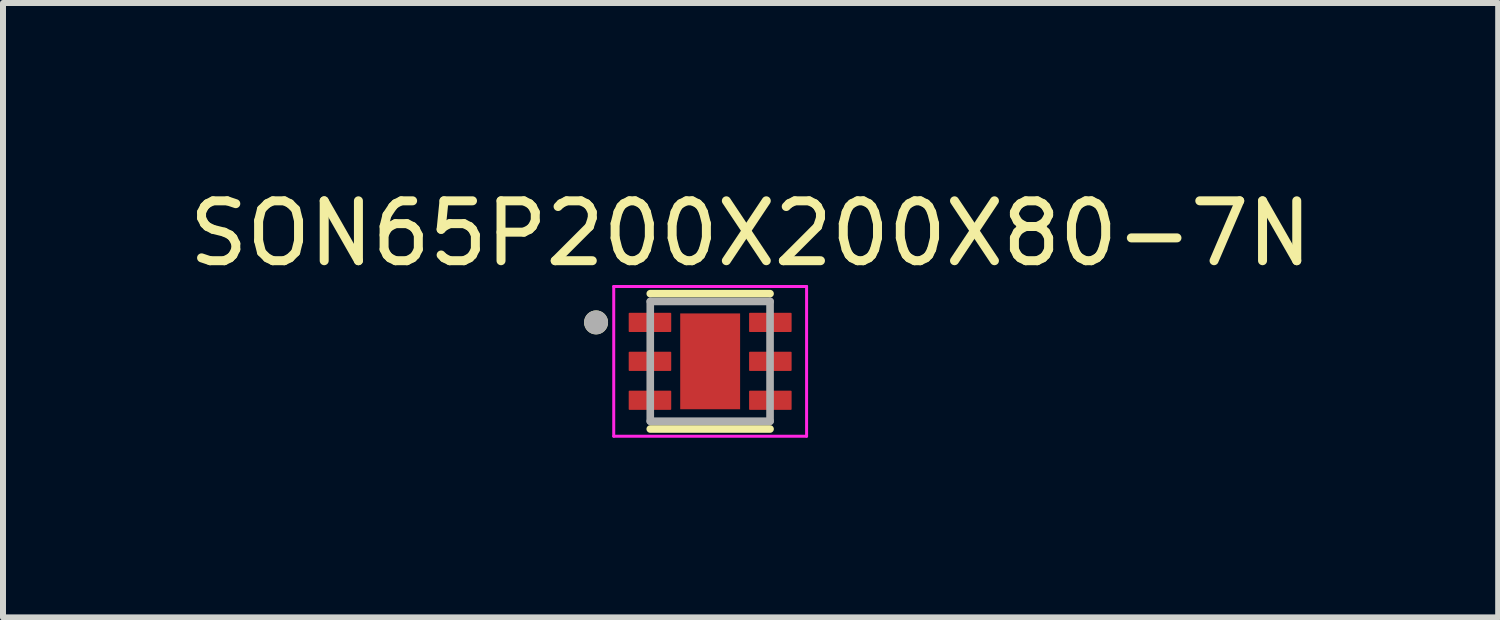
<source format=kicad_pcb>
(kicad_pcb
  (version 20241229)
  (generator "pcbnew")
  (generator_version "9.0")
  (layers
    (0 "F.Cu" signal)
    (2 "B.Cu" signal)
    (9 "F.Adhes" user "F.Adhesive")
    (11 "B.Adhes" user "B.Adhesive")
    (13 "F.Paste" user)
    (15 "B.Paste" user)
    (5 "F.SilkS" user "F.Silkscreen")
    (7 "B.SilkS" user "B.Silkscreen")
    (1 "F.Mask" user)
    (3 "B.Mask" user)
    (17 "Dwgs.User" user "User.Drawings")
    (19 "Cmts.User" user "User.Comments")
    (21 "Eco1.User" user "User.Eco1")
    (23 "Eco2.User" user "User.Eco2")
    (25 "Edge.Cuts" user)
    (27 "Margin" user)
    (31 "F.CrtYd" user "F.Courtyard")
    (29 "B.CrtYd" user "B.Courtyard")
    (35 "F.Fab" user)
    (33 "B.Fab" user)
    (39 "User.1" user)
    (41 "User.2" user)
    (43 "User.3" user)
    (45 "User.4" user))
  (footprint "SON65P200X200X80-7N"
    (layer "F.Cu")
    (at 8.807 2.983)
    (property "Reference" "SON65P200X200X80-7N" (at 0.675 -2.135 0) (layer "F.SilkS") (effects (font (size 1 1) (thickness 0.15))))
    (attr through_hole)
    (fp_line (start -1 -1.13) (end 1 -1.13) (stroke (width 0.127) (type solid)) (layer "F.SilkS"))
    (fp_line (start -1 1.13) (end 1 1.13) (stroke (width 0.127) (type solid)) (layer "F.SilkS"))
    (fp_circle (center -1.905 -0.65) (end -1.805 -0.65) (stroke (width 0.2) (type solid)) (fill no) (layer "F.SilkS"))
    (fp_poly (pts (xy -0.32 -0.51) (xy 0.32 -0.51) (xy 0.32 0.51) (xy -0.32 0.51)) (stroke (width 0.01) (type solid)) (fill yes) (layer "F.Paste"))
    (fp_line (start -1.61 -1.25) (end -1.61 1.25) (stroke (width 0.05) (type solid)) (layer "F.CrtYd"))
    (fp_line (start -1.61 -1.25) (end 1.61 -1.25) (stroke (width 0.05) (type solid)) (layer "F.CrtYd"))
    (fp_line (start -1.61 1.25) (end 1.61 1.25) (stroke (width 0.05) (type solid)) (layer "F.CrtYd"))
    (fp_line (start 1.61 -1.25) (end 1.61 1.25) (stroke (width 0.05) (type solid)) (layer "F.CrtYd"))
    (fp_line (start -1 -1) (end -1 1) (stroke (width 0.127) (type solid)) (layer "F.Fab"))
    (fp_line (start -1 -1) (end 1 -1) (stroke (width 0.127) (type solid)) (layer "F.Fab"))
    (fp_line (start -1 1) (end 1 1) (stroke (width 0.127) (type solid)) (layer "F.Fab"))
    (fp_line (start 1 -1) (end 1 1) (stroke (width 0.127) (type solid)) (layer "F.Fab"))
    (fp_circle (center -1.905 -0.65) (end -1.805 -0.65) (stroke (width 0.2) (type solid)) (fill no) (layer "F.Fab"))
    (pad "1" smd roundrect (at -1.005 -0.65) (size 0.71 0.32) (layers "F.Cu" "F.Mask" "F.Paste") (roundrect_rratio 0.04))
    (pad "2" smd roundrect (at -1.005 0) (size 0.71 0.32) (layers "F.Cu" "F.Mask" "F.Paste") (roundrect_rratio 0.04))
    (pad "3" smd roundrect (at -1.005 0.65) (size 0.71 0.32) (layers "F.Cu" "F.Mask" "F.Paste") (roundrect_rratio 0.04))
    (pad "4" smd roundrect (at 1.005 0.65) (size 0.71 0.32) (layers "F.Cu" "F.Mask" "F.Paste") (roundrect_rratio 0.04))
    (pad "5" smd roundrect (at 1.005 0) (size 0.71 0.32) (layers "F.Cu" "F.Mask" "F.Paste") (roundrect_rratio 0.04))
    (pad "6" smd roundrect (at 1.005 -0.65) (size 0.71 0.32) (layers "F.Cu" "F.Mask" "F.Paste") (roundrect_rratio 0.04))
    (pad "7" smd rect (at 0 0) (size 1 1.6) (layers "F.Cu" "F.Mask")))
  (gr_rect
    (start -3 -3)
    (end 21.964 7.258)
    (stroke (width 0.1) (type default))
    (fill no)
    (layer "Edge.Cuts")))
</source>
